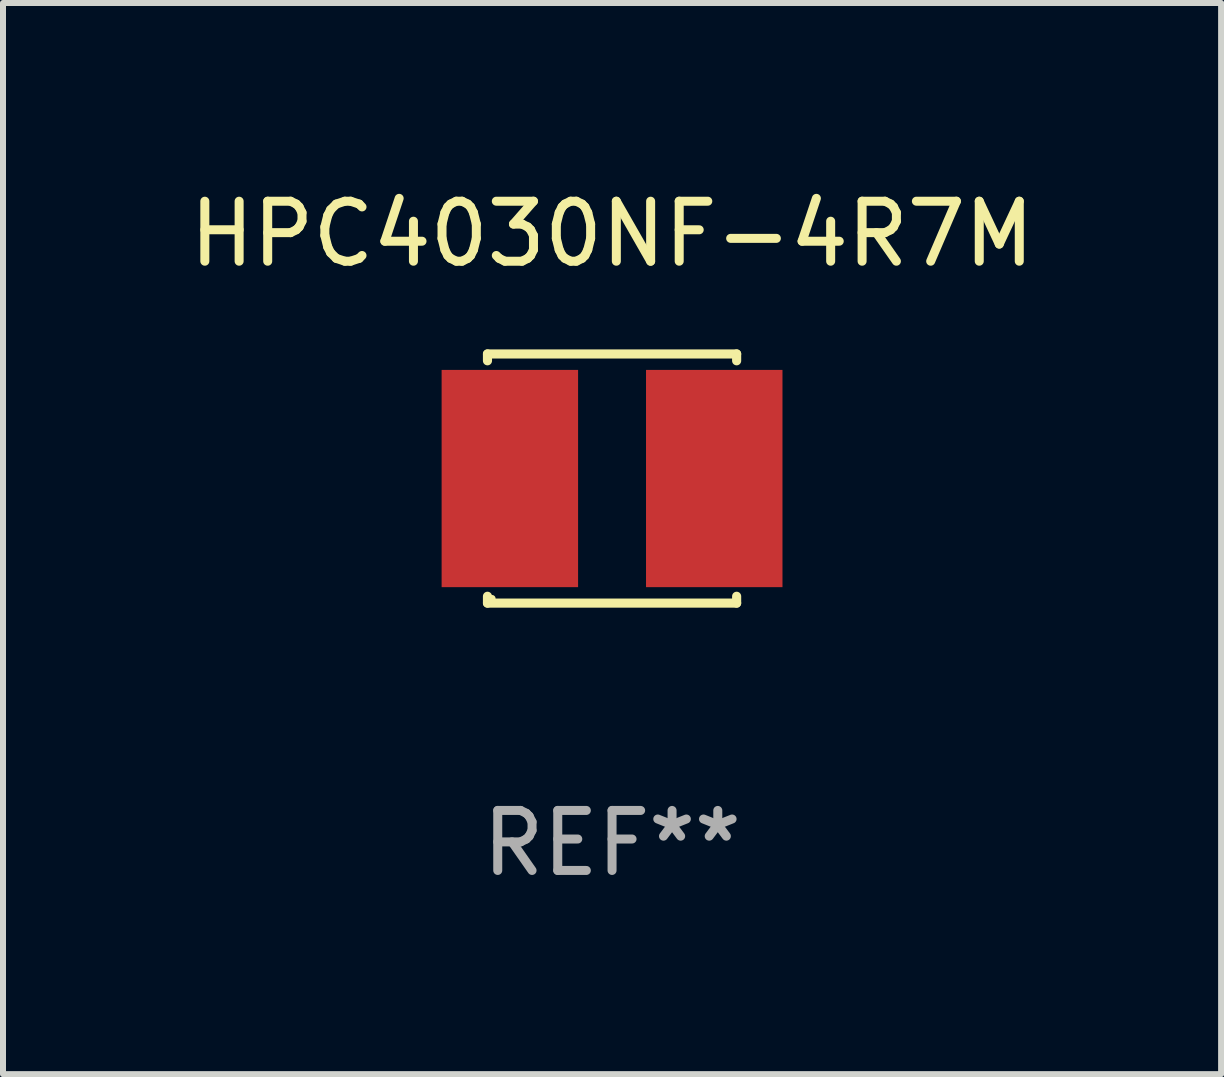
<source format=kicad_pcb>
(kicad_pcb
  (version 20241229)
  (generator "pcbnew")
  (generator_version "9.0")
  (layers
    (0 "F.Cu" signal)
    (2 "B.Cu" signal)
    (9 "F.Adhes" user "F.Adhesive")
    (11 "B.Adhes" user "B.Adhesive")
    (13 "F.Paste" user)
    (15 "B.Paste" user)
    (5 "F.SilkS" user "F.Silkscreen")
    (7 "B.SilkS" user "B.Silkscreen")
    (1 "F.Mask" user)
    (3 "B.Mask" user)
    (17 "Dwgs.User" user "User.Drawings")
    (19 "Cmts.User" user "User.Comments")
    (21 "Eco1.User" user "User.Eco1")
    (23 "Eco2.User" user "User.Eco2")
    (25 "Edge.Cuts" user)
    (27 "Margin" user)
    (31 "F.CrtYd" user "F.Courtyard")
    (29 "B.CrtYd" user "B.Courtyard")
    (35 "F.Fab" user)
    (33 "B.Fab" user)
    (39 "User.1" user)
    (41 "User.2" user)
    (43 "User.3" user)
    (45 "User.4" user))
  (footprint "HPC4030NF-4R7M"
    (layer "F.Cu")
    (at 7.149 4.924)
    (property "Reference" "HPC4030NF-4R7M" (at 0 -4.076 0) (layer "F.SilkS") (effects (font (size 1 1) (thickness 0.15))))
    (attr through_hole)
    (fp_line (start -2.076 -2.076) (end 2.076 -2.076) (stroke (width 0.152) (type solid)) (layer "F.SilkS"))
    (fp_line (start -2.076 -1.962) (end -2.076 -2.076) (stroke (width 0.152) (type solid)) (layer "F.SilkS"))
    (fp_line (start -2.076 1.962) (end -2.076 2.076) (stroke (width 0.152) (type solid)) (layer "F.SilkS"))
    (fp_line (start -2.076 2.076) (end 2.076 2.076) (stroke (width 0.152) (type solid)) (layer "F.SilkS"))
    (fp_line (start 2.076 -2.076) (end 2.076 -1.962) (stroke (width 0.152) (type solid)) (layer "F.SilkS"))
    (fp_line (start 2.076 2.076) (end 2.076 1.962) (stroke (width 0.152) (type solid)) (layer "F.SilkS"))
    (fp_circle (center -2 2) (end -1.97 2) (stroke (width 0.06) (type solid)) (fill no) (layer "F.SilkS"))
    (fp_text user "REF**" (at 0 6.076 0) (layer "F.Fab") (effects (font (size 1 1) (thickness 0.15))))
    (pad "1" smd rect (at 1.703 0) (size 2.274 3.62) (layers "F.Cu" "F.Mask" "F.Paste"))
    (pad "2" smd rect (at -1.703 0) (size 2.274 3.62) (layers "F.Cu" "F.Mask" "F.Paste")))
  (gr_rect
    (start -3 -3)
    (end 17.298 14.849)
    (stroke (width 0.1) (type default))
    (fill no)
    (layer "Edge.Cuts")))
</source>
